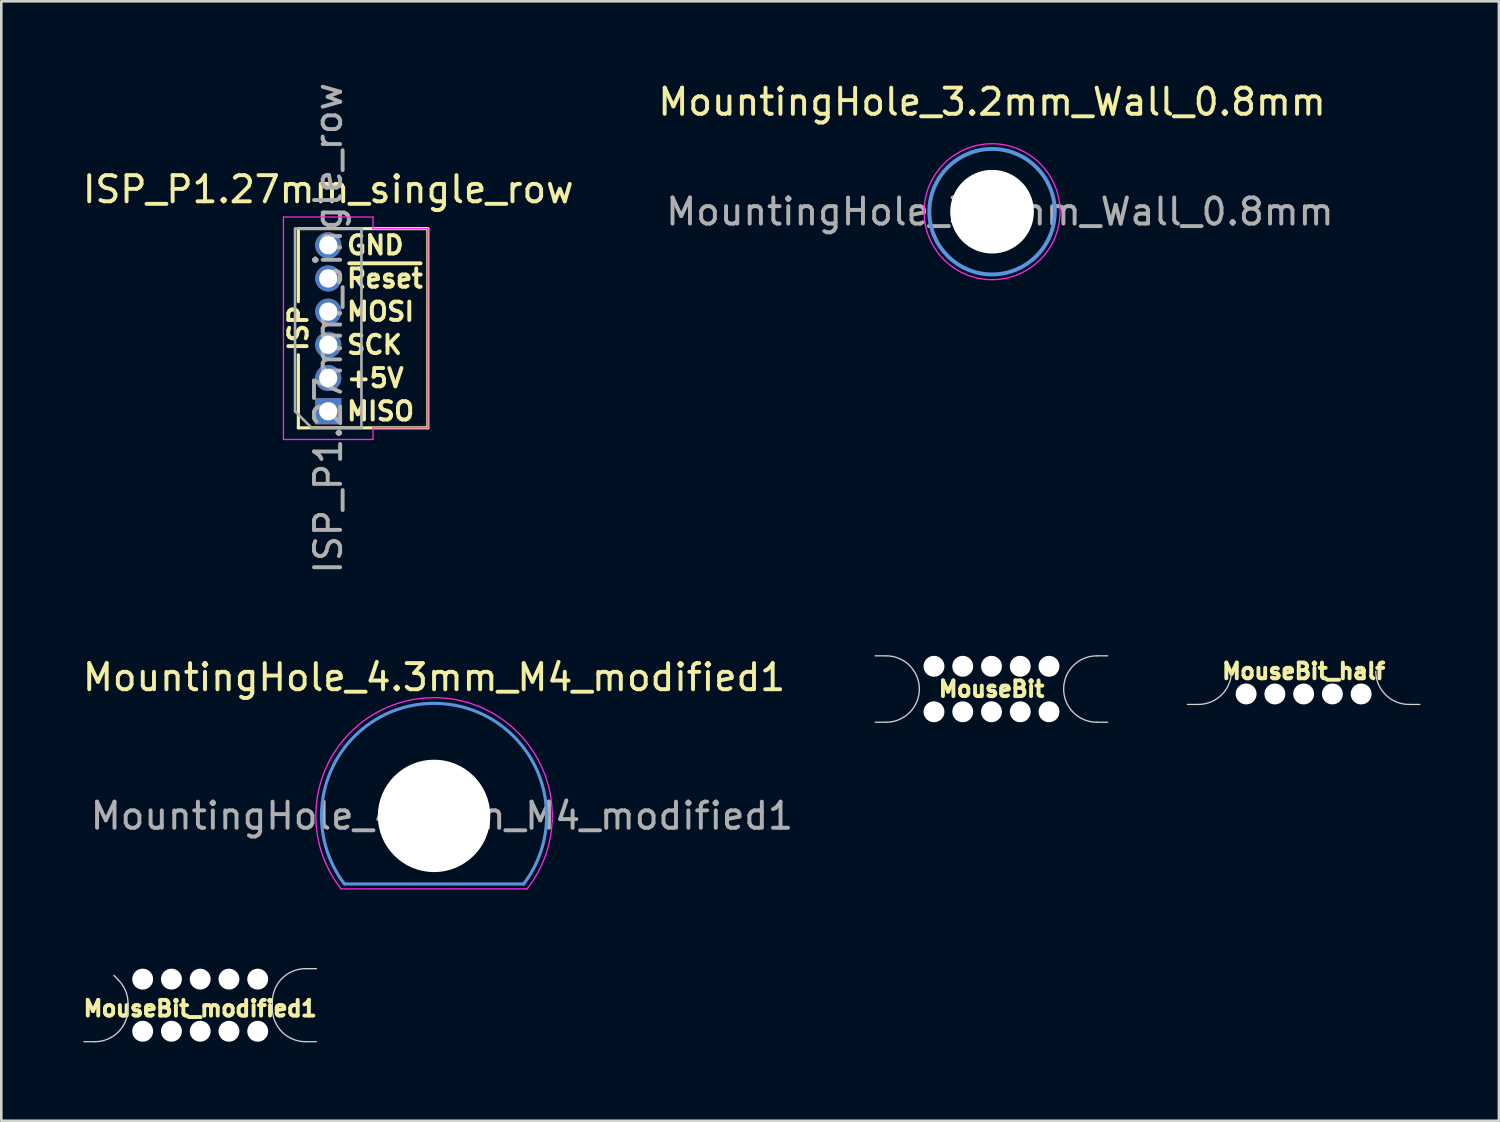
<source format=kicad_pcb>
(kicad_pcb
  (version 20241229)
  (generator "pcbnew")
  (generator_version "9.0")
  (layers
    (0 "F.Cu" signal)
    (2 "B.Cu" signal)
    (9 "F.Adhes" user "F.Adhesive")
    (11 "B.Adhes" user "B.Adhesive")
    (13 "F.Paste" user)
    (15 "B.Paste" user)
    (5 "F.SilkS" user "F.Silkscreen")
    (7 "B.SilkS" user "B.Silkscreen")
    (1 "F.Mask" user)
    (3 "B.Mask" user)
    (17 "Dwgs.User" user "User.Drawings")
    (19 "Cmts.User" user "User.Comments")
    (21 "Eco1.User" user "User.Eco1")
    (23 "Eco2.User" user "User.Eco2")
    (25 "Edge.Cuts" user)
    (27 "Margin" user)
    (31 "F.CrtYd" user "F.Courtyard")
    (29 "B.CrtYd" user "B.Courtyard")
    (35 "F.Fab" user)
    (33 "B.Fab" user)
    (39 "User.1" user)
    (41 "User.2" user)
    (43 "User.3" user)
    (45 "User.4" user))
  (footprint "MouseBit_half"
    (layer "F.Cu")
    (at 46.817 22.626)
    (property "Reference" "MouseBit_half" (at 0 0 0) (layer "F.SilkS") (effects (font (size 0.6 0.6) (thickness 0.15))))
    (attr through_hole)
    (fp_line (start -4.03 1.27) (end -4.445 1.27) (stroke (width 0.05) (type solid)) (layer "Edge.Cuts"))
    (fp_line (start 4.03 1.27) (end 4.445 1.27) (stroke (width 0.05) (type solid)) (layer "Edge.Cuts"))
    (fp_arc (start -2.76 0) (mid -3.131974 0.898026) (end -4.03 1.27) (stroke (width 0.05) (type solid)) (layer "Edge.Cuts"))
    (fp_arc (start 4.03 1.27) (mid 3.131974 0.898026) (end 2.76 0) (stroke (width 0.05) (type solid)) (layer "Edge.Cuts"))
    (pad "" np_thru_hole circle (at -2.2 0.87) (size 0.8 0.8) (drill 0.8) (layers "*.Cu" "*.Mask"))
    (pad "" np_thru_hole circle (at -1.1 0.87) (size 0.8 0.8) (drill 0.8) (layers "*.Cu" "*.Mask"))
    (pad "" np_thru_hole circle (at 0 0.87) (size 0.8 0.8) (drill 0.8) (layers "*.Cu" "*.Mask"))
    (pad "" np_thru_hole circle (at 1.1 0.87) (size 0.8 0.8) (drill 0.8) (layers "*.Cu" "*.Mask"))
    (pad "" np_thru_hole circle (at 2.2 0.87) (size 0.8 0.8) (drill 0.8) (layers "*.Cu" "*.Mask")))
  (footprint "ISP_P1.27mm_single_row"
    (layer "F.Cu")
    (at 9.506 6.331)
    (property "Reference" "ISP_P1.27mm_single_row" (at 0 -2.135 0) (layer "F.SilkS") (effects (font (size 1 1) (thickness 0.15))))
    (attr through_hole)
    (fp_line (start -1.143 -0.635) (end 3.81 -0.635) (stroke (width 0.12) (type solid)) (layer "F.SilkS"))
    (fp_line (start -1.143 2.159) (end -1.143 -0.635) (stroke (width 0.12) (type solid)) (layer "F.SilkS"))
    (fp_line (start -1.143 6.985) (end -1.143 4.191) (stroke (width 0.12) (type solid)) (layer "F.SilkS"))
    (fp_line (start 3.81 -0.635) (end 3.81 6.985) (stroke (width 0.12) (type solid)) (layer "F.SilkS"))
    (fp_line (start 3.81 6.985) (end -1.143 6.985) (stroke (width 0.12) (type solid)) (layer "F.SilkS"))
    (fp_line (start -1.714 -1.079) (end 1.714 -1.079) (stroke (width 0.05) (type solid)) (layer "F.CrtYd"))
    (fp_line (start -1.714 7.429) (end -1.714 -1.079) (stroke (width 0.05) (type solid)) (layer "F.CrtYd"))
    (fp_line (start 1.714 -1.079) (end 1.714 -0.635) (stroke (width 0.05) (type solid)) (layer "F.CrtYd"))
    (fp_line (start 1.714 -0.635) (end 3.81 -0.635) (stroke (width 0.05) (type solid)) (layer "F.CrtYd"))
    (fp_line (start 1.714 6.985) (end 3.81 6.985) (stroke (width 0.05) (type solid)) (layer "F.CrtYd"))
    (fp_line (start 1.714 7.429) (end -1.714 7.429) (stroke (width 0.05) (type solid)) (layer "F.CrtYd"))
    (fp_line (start 1.714 7.429) (end 1.714 6.985) (stroke (width 0.05) (type solid)) (layer "F.CrtYd"))
    (fp_line (start 3.81 -0.635) (end 3.81 6.985) (stroke (width 0.05) (type solid)) (layer "F.CrtYd"))
    (fp_line (start -1.27 -0.635) (end 1.27 -0.635) (stroke (width 0.1) (type solid)) (layer "F.Fab"))
    (fp_line (start -1.27 6.35) (end -1.27 -0.635) (stroke (width 0.1) (type solid)) (layer "F.Fab"))
    (fp_line (start -0.635 6.985) (end -1.27 6.35) (stroke (width 0.1) (type solid)) (layer "F.Fab"))
    (fp_line (start 1.27 -0.635) (end 1.27 6.985) (stroke (width 0.1) (type solid)) (layer "F.Fab"))
    (fp_line (start 1.27 6.985) (end -0.635 6.985) (stroke (width 0.1) (type solid)) (layer "F.Fab"))
    (fp_text user "SCK" (at 0.635 3.81 0) (layer "F.SilkS") (effects (font (size 0.7 0.7) (thickness 0.15)) (justify left)))
    (fp_text user "+5V" (at 0.635 5.08 0) (layer "F.SilkS") (effects (font (size 0.7 0.7) (thickness 0.15)) (justify left)))
    (fp_text user "MISO" (at 0.635 6.35 0) (layer "F.SilkS") (effects (font (size 0.7 0.7) (thickness 0.15)) (justify left)))
    (fp_text user "ISP" (at -1.143 3.175 270) (layer "F.SilkS") (effects (font (size 0.7 0.7) (thickness 0.15))))
    (fp_text user "MOSI" (at 0.635 2.54 0) (layer "F.SilkS") (effects (font (size 0.7 0.7) (thickness 0.15)) (justify left)))
    (fp_text user "~{Reset}" (at 0.635 1.27 0) (layer "F.SilkS") (effects (font (size 0.7 0.7) (thickness 0.15)) (justify left)))
    (fp_text user "GND" (at 0.635 0 0) (layer "F.SilkS") (effects (font (size 0.7 0.7) (thickness 0.15)) (justify left)))
    (fp_text user "${REFERENCE}" (at 0 3.175 270) (layer "F.Fab") (effects (font (size 1 1) (thickness 0.15))))
    (pad "1" thru_hole rect (at 0 6.35 180) (size 1 1) (drill 0.7) (layers "*.Cu" "*.Mask"))
    (pad "2" thru_hole oval (at 0 5.08 180) (size 1 1) (drill 0.7) (layers "*.Cu" "*.Mask"))
    (pad "3" thru_hole oval (at 0 3.81 180) (size 1 1) (drill 0.7) (layers "*.Cu" "*.Mask"))
    (pad "4" thru_hole oval (at 0 2.54 180) (size 1 1) (drill 0.7) (layers "*.Cu" "*.Mask"))
    (pad "5" thru_hole oval (at 0 1.27 180) (size 1 1) (drill 0.7) (layers "*.Cu" "*.Mask"))
    (pad "6" thru_hole oval (at 0 0 180) (size 1 1) (drill 0.7) (layers "*.Cu" "*.Mask")))
  (footprint "MouseBit"
    (layer "F.Cu")
    (at 34.877 23.307)
    (property "Reference" "MouseBit" (at 0 0 0) (layer "F.SilkS") (effects (font (size 0.6 0.6) (thickness 0.15))))
    (attr through_hole)
    (fp_line (start -4.03 -1.27) (end -4.445 -1.27) (stroke (width 0.05) (type solid)) (layer "Edge.Cuts"))
    (fp_line (start -4.03 1.27) (end -4.445 1.27) (stroke (width 0.05) (type solid)) (layer "Edge.Cuts"))
    (fp_line (start 4.03 -1.27) (end 4.445 -1.27) (stroke (width 0.05) (type solid)) (layer "Edge.Cuts"))
    (fp_line (start 4.03 1.27) (end 4.445 1.27) (stroke (width 0.05) (type solid)) (layer "Edge.Cuts"))
    (fp_arc (start -4.03 -1.27) (mid -2.76 0) (end -4.03 1.27) (stroke (width 0.05) (type solid)) (layer "Edge.Cuts"))
    (fp_arc (start 4.03 1.27) (mid 2.76 0) (end 4.03 -1.27) (stroke (width 0.05) (type solid)) (layer "Edge.Cuts"))
    (pad "" np_thru_hole circle (at -2.2 -0.87 180) (size 0.8 0.8) (drill 0.8) (layers "*.Cu" "*.Mask"))
    (pad "" np_thru_hole circle (at -2.2 0.87) (size 0.8 0.8) (drill 0.8) (layers "*.Cu" "*.Mask"))
    (pad "" np_thru_hole circle (at -1.1 -0.87 180) (size 0.8 0.8) (drill 0.8) (layers "*.Cu" "*.Mask"))
    (pad "" np_thru_hole circle (at -1.1 0.87) (size 0.8 0.8) (drill 0.8) (layers "*.Cu" "*.Mask"))
    (pad "" np_thru_hole circle (at 0 -0.87 180) (size 0.8 0.8) (drill 0.8) (layers "*.Cu" "*.Mask"))
    (pad "" np_thru_hole circle (at 0 0.87) (size 0.8 0.8) (drill 0.8) (layers "*.Cu" "*.Mask"))
    (pad "" np_thru_hole circle (at 1.1 -0.87 180) (size 0.8 0.8) (drill 0.8) (layers "*.Cu" "*.Mask"))
    (pad "" np_thru_hole circle (at 1.1 0.87) (size 0.8 0.8) (drill 0.8) (layers "*.Cu" "*.Mask"))
    (pad "" np_thru_hole circle (at 2.2 -0.87 180) (size 0.8 0.8) (drill 0.8) (layers "*.Cu" "*.Mask"))
    (pad "" np_thru_hole circle (at 2.2 0.87) (size 0.8 0.8) (drill 0.8) (layers "*.Cu" "*.Mask")))
  (footprint "MountingHole_4.3mm_M4_modified1"
    (layer "F.Cu")
    (at 13.554 28.16)
    (property "Reference" "MountingHole_4.3mm_M4_modified1" (at 0 -5.3 0) (layer "F.SilkS") (effects (font (size 1 1) (thickness 0.15))))
    (attr exclude_from_pos_files exclude_from_bom)
    (fp_line (start 3.429 2.603) (end -3.429 2.603) (stroke (width 0.12) (type solid)) (layer "Cmts.User"))
    (fp_arc (start -3.428999 2.603499) (mid 0 -4.305374) (end 3.428999 2.603499) (stroke (width 0.12) (type solid)) (layer "Cmts.User"))
    (fp_line (start -3.557 2.793) (end 3.556 2.794) (stroke (width 0.05) (type solid)) (layer "F.CrtYd"))
    (fp_arc (start -3.556703 2.793102) (mid 0.00057 -4.52234) (end 3.555999 2.793999) (stroke (width 0.05) (type solid)) (layer "F.CrtYd"))
    (fp_text user "${REFERENCE}" (at 0.3 0 0) (layer "F.Fab") (effects (font (size 1 1) (thickness 0.15))))
    (pad "" np_thru_hole circle (at 0 0) (size 4.3 4.3) (drill 4.3) (layers "*.Cu" "*.Mask")))
  (footprint "MountingHole_3.2mm_Wall_0.8mm"
    (layer "F.Cu")
    (at 34.899 5.048)
    (property "Reference" "MountingHole_3.2mm_Wall_0.8mm" (at 0 -4.2 0) (layer "F.SilkS") (effects (font (size 1 1) (thickness 0.15))))
    (attr exclude_from_pos_files exclude_from_bom)
    (fp_circle (center 0 0) (end 2.4 0) (stroke (width 0.15) (type solid)) (fill no) (layer "Cmts.User"))
    (fp_circle (center 0 0) (end 2.6 0) (stroke (width 0.05) (type solid)) (fill no) (layer "F.CrtYd"))
    (fp_text user "${REFERENCE}" (at 0.3 0 0) (layer "F.Fab") (effects (font (size 1 1) (thickness 0.15))))
    (pad "" np_thru_hole circle (at 0 0) (size 3.2 3.2) (drill 3.2) (layers "*.Cu" "*.Mask")))
  (footprint "MouseBit_modified1"
    (layer "F.Cu")
    (at 4.608 35.528)
    (property "Reference" "MouseBit_modified1" (at 0 0 0) (layer "F.SilkS") (effects (font (size 0.6 0.6) (thickness 0.15))))
    (attr through_hole)
    (fp_line (start -4.03 1.27) (end -4.445 1.27) (stroke (width 0.05) (type solid)) (layer "Edge.Cuts"))
    (fp_line (start -3.132 -1.092) (end -3.302 -1.27) (stroke (width 0.05) (type solid)) (layer "Edge.Cuts"))
    (fp_line (start -2.76 0) (end -2.76 -0.194) (stroke (width 0.05) (type solid)) (layer "Edge.Cuts"))
    (fp_line (start 2.76 -0.254) (end 2.76 0) (stroke (width 0.05) (type solid)) (layer "Edge.Cuts"))
    (fp_line (start 4.03 -1.524) (end 4.445 -1.524) (stroke (width 0.05) (type solid)) (layer "Edge.Cuts"))
    (fp_line (start 4.03 1.27) (end 4.445 1.27) (stroke (width 0.05) (type solid)) (layer "Edge.Cuts"))
    (fp_arc (start -3.131974 -1.0922) (mid -2.856672 -0.680182) (end -2.76 -0.194174) (stroke (width 0.05) (type solid)) (layer "Edge.Cuts"))
    (fp_arc (start -2.76 0) (mid -3.131974 0.898026) (end -4.03 1.27) (stroke (width 0.05) (type solid)) (layer "Edge.Cuts"))
    (fp_arc (start 2.76 -0.254) (mid 3.131974 -1.152026) (end 4.03 -1.524) (stroke (width 0.05) (type solid)) (layer "Edge.Cuts"))
    (fp_arc (start 4.03 1.27) (mid 3.131974 0.898026) (end 2.76 0) (stroke (width 0.05) (type solid)) (layer "Edge.Cuts"))
    (pad "" np_thru_hole circle (at -2.2 -1.124 180) (size 0.8 0.8) (drill 0.8) (layers "*.Cu" "*.Mask"))
    (pad "" np_thru_hole circle (at -2.2 0.87) (size 0.8 0.8) (drill 0.8) (layers "*.Cu" "*.Mask"))
    (pad "" np_thru_hole circle (at -1.1 -1.124 180) (size 0.8 0.8) (drill 0.8) (layers "*.Cu" "*.Mask"))
    (pad "" np_thru_hole circle (at -1.1 0.87) (size 0.8 0.8) (drill 0.8) (layers "*.Cu" "*.Mask"))
    (pad "" np_thru_hole circle (at 0 -1.124 180) (size 0.8 0.8) (drill 0.8) (layers "*.Cu" "*.Mask"))
    (pad "" np_thru_hole circle (at 0 0.87) (size 0.8 0.8) (drill 0.8) (layers "*.Cu" "*.Mask"))
    (pad "" np_thru_hole circle (at 1.1 -1.124 180) (size 0.8 0.8) (drill 0.8) (layers "*.Cu" "*.Mask"))
    (pad "" np_thru_hole circle (at 1.1 0.87) (size 0.8 0.8) (drill 0.8) (layers "*.Cu" "*.Mask"))
    (pad "" np_thru_hole circle (at 2.2 -1.124 180) (size 0.8 0.8) (drill 0.8) (layers "*.Cu" "*.Mask"))
    (pad "" np_thru_hole circle (at 2.2 0.87) (size 0.8 0.8) (drill 0.8) (layers "*.Cu" "*.Mask")))
  (gr_rect
    (start -3 -3)
    (end 54.287 39.823)
    (stroke (width 0.1) (type default))
    (fill no)
    (layer "Edge.Cuts")))
</source>
